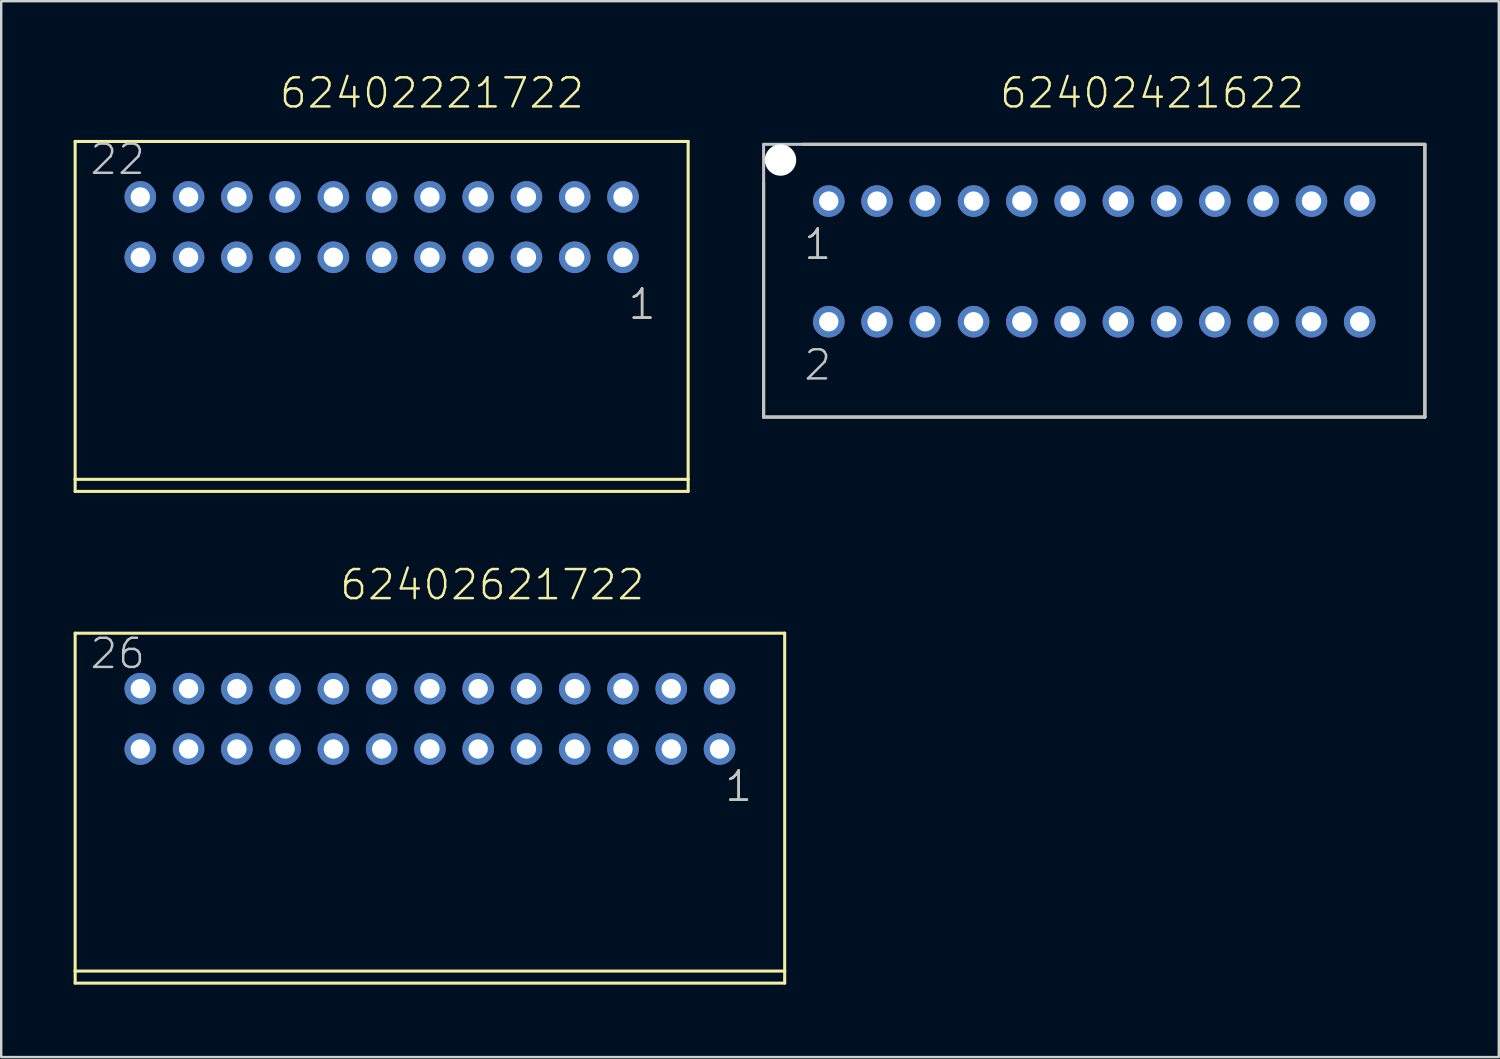
<source format=kicad_pcb>
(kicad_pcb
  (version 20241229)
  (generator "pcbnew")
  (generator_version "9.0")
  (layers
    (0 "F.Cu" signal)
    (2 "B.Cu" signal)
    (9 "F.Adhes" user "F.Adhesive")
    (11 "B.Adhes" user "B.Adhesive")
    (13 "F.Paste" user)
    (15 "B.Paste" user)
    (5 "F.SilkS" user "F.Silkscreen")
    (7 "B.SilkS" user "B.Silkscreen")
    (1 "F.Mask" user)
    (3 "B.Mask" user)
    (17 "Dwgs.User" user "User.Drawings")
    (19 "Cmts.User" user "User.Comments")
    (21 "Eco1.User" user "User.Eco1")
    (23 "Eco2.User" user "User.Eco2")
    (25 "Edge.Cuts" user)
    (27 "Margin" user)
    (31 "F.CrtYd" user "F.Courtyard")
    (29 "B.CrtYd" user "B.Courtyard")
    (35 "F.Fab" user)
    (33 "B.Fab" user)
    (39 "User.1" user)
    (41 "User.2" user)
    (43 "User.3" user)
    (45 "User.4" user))
  (footprint "62402421622"
    (layer "F.Cu")
    (at 41.291 7.781)
    (property "Reference" "62402421622" (at -2.986 -6.27 0) (layer "F.SilkS") (effects (font (size 1.206 1.206) (thickness 0.102)) (justify left bottom)))
    (attr through_hole)
    (fp_line (start -12.7 6.45) (end -12.7 -3.26) (stroke (width 0.127) (type solid)) (layer "F.SilkS"))
    (fp_line (start -11.09 -4.85) (end 14.7 -4.85) (stroke (width 0.127) (type solid)) (layer "F.SilkS"))
    (fp_line (start 14.7 -4.85) (end 14.7 6.45) (stroke (width 0.127) (type solid)) (layer "F.SilkS"))
    (fp_line (start 14.7 6.45) (end -12.7 6.45) (stroke (width 0.127) (type solid)) (layer "F.SilkS"))
    (fp_line (start -12.7 -4.85) (end 14.7 -4.85) (stroke (width 0.127) (type solid)) (layer "Dwgs.User"))
    (fp_line (start -12.7 6.45) (end -12.7 -4.85) (stroke (width 0.127) (type solid)) (layer "Dwgs.User"))
    (fp_line (start 14.7 -4.85) (end 14.7 6.45) (stroke (width 0.127) (type solid)) (layer "Dwgs.User"))
    (fp_line (start 14.7 6.45) (end -12.7 6.45) (stroke (width 0.127) (type solid)) (layer "Dwgs.User"))
    (fp_text user "1" (at -11.1 0 0) (layer "F.SilkS") (effects (font (size 1.206 1.206) (thickness 0.102)) (justify left bottom)))
    (fp_text user "2" (at -11.1 5 0) (layer "Dwgs.User") (effects (font (size 1.206 1.206) (thickness 0.102)) (justify left bottom)))
    (fp_text user "1" (at -11.1 0 0) (layer "Dwgs.User") (effects (font (size 1.206 1.206) (thickness 0.102)) (justify left bottom)))
    (pad "" np_thru_hole circle (at -12 -4.2) (size 1.3 1.3) (drill 1.3) (layers "*.Cu"))
    (pad "1" thru_hole circle (at -10 -2.5) (size 1.308 1.308) (drill 0.8) (layers "*.Cu" "*.Mask"))
    (pad "2" thru_hole circle (at -10 2.5) (size 1.308 1.308) (drill 0.8) (layers "*.Cu" "*.Mask"))
    (pad "3" thru_hole circle (at -8 -2.5) (size 1.308 1.308) (drill 0.8) (layers "*.Cu" "*.Mask"))
    (pad "4" thru_hole circle (at -8 2.5) (size 1.308 1.308) (drill 0.8) (layers "*.Cu" "*.Mask"))
    (pad "5" thru_hole circle (at -6 -2.5) (size 1.308 1.308) (drill 0.8) (layers "*.Cu" "*.Mask"))
    (pad "6" thru_hole circle (at -6 2.5) (size 1.308 1.308) (drill 0.8) (layers "*.Cu" "*.Mask"))
    (pad "7" thru_hole circle (at -4 -2.5) (size 1.308 1.308) (drill 0.8) (layers "*.Cu" "*.Mask"))
    (pad "8" thru_hole circle (at -4 2.5) (size 1.308 1.308) (drill 0.8) (layers "*.Cu" "*.Mask"))
    (pad "9" thru_hole circle (at -2 -2.5) (size 1.308 1.308) (drill 0.8) (layers "*.Cu" "*.Mask"))
    (pad "10" thru_hole circle (at -2 2.5) (size 1.308 1.308) (drill 0.8) (layers "*.Cu" "*.Mask"))
    (pad "11" thru_hole circle (at 0 -2.5) (size 1.308 1.308) (drill 0.8) (layers "*.Cu" "*.Mask"))
    (pad "12" thru_hole circle (at 0 2.5) (size 1.308 1.308) (drill 0.8) (layers "*.Cu" "*.Mask"))
    (pad "13" thru_hole circle (at 2 -2.5) (size 1.308 1.308) (drill 0.8) (layers "*.Cu" "*.Mask"))
    (pad "14" thru_hole circle (at 2 2.5) (size 1.308 1.308) (drill 0.8) (layers "*.Cu" "*.Mask"))
    (pad "15" thru_hole circle (at 4 -2.5) (size 1.308 1.308) (drill 0.8) (layers "*.Cu" "*.Mask"))
    (pad "16" thru_hole circle (at 4 2.5) (size 1.308 1.308) (drill 0.8) (layers "*.Cu" "*.Mask"))
    (pad "17" thru_hole circle (at 6 -2.5) (size 1.308 1.308) (drill 0.8) (layers "*.Cu" "*.Mask"))
    (pad "18" thru_hole circle (at 6 2.5) (size 1.308 1.308) (drill 0.8) (layers "*.Cu" "*.Mask"))
    (pad "19" thru_hole circle (at 8 -2.5) (size 1.308 1.308) (drill 0.8) (layers "*.Cu" "*.Mask"))
    (pad "20" thru_hole circle (at 8 2.5) (size 1.308 1.308) (drill 0.8) (layers "*.Cu" "*.Mask"))
    (pad "21" thru_hole circle (at 10 -2.5) (size 1.308 1.308) (drill 0.8) (layers "*.Cu" "*.Mask"))
    (pad "22" thru_hole circle (at 10 2.5) (size 1.308 1.308) (drill 0.8) (layers "*.Cu" "*.Mask"))
    (pad "23" thru_hole circle (at 12 -2.5) (size 1.308 1.308) (drill 0.8) (layers "*.Cu" "*.Mask"))
    (pad "24" thru_hole circle (at 12 2.5) (size 1.308 1.308) (drill 0.8) (layers "*.Cu" "*.Mask")))
  (footprint "62402621722"
    (layer "F.Cu")
    (at 14.764 26.736)
    (property "Reference" "62402621722" (at -3.8 -4.85 0) (layer "F.SilkS") (effects (font (size 1.206 1.206) (thickness 0.102)) (justify left bottom)))
    (attr through_hole)
    (fp_line (start -14.7 -3.55) (end -14.7 10.45) (stroke (width 0.127) (type solid)) (layer "F.SilkS"))
    (fp_line (start -14.7 10.45) (end -14.7 10.95) (stroke (width 0.127) (type solid)) (layer "F.SilkS"))
    (fp_line (start -14.7 10.45) (end 14.7 10.45) (stroke (width 0.127) (type solid)) (layer "F.SilkS"))
    (fp_line (start -14.7 10.95) (end 14.7 10.95) (stroke (width 0.127) (type solid)) (layer "F.SilkS"))
    (fp_line (start 14.7 -3.55) (end -14.7 -3.55) (stroke (width 0.127) (type solid)) (layer "F.SilkS"))
    (fp_line (start 14.7 10.45) (end 14.7 -3.55) (stroke (width 0.127) (type solid)) (layer "F.SilkS"))
    (fp_line (start 14.7 10.95) (end 14.7 10.45) (stroke (width 0.127) (type solid)) (layer "F.SilkS"))
    (fp_text user "1" (at 12.15 3.5 0) (layer "F.SilkS") (effects (font (size 1.206 1.206) (thickness 0.102)) (justify left bottom)))
    (fp_text user "26" (at -14.155 -2 0) (layer "Dwgs.User") (effects (font (size 1.206 1.206) (thickness 0.102)) (justify left bottom)))
    (fp_text user "1" (at 12.15 3.5 0) (layer "Dwgs.User") (effects (font (size 1.206 1.206) (thickness 0.102)) (justify left bottom)))
    (pad "1" thru_hole circle (at 12 1.25 180) (size 1.308 1.308) (drill 0.8) (layers "*.Cu" "*.Mask"))
    (pad "2" thru_hole circle (at 12 -1.25 180) (size 1.308 1.308) (drill 0.8) (layers "*.Cu" "*.Mask"))
    (pad "3" thru_hole circle (at 10 1.25 180) (size 1.308 1.308) (drill 0.8) (layers "*.Cu" "*.Mask"))
    (pad "4" thru_hole circle (at 10 -1.25 180) (size 1.308 1.308) (drill 0.8) (layers "*.Cu" "*.Mask"))
    (pad "5" thru_hole circle (at 8 1.25 180) (size 1.308 1.308) (drill 0.8) (layers "*.Cu" "*.Mask"))
    (pad "6" thru_hole circle (at 8 -1.25 180) (size 1.308 1.308) (drill 0.8) (layers "*.Cu" "*.Mask"))
    (pad "7" thru_hole circle (at 6 1.25 180) (size 1.308 1.308) (drill 0.8) (layers "*.Cu" "*.Mask"))
    (pad "8" thru_hole circle (at 6 -1.25 180) (size 1.308 1.308) (drill 0.8) (layers "*.Cu" "*.Mask"))
    (pad "9" thru_hole circle (at 4 1.25 180) (size 1.308 1.308) (drill 0.8) (layers "*.Cu" "*.Mask"))
    (pad "10" thru_hole circle (at 4 -1.25 180) (size 1.308 1.308) (drill 0.8) (layers "*.Cu" "*.Mask"))
    (pad "11" thru_hole circle (at 2 1.25 180) (size 1.308 1.308) (drill 0.8) (layers "*.Cu" "*.Mask"))
    (pad "12" thru_hole circle (at 2 -1.25 180) (size 1.308 1.308) (drill 0.8) (layers "*.Cu" "*.Mask"))
    (pad "13" thru_hole circle (at 0 1.25 180) (size 1.308 1.308) (drill 0.8) (layers "*.Cu" "*.Mask"))
    (pad "14" thru_hole circle (at 0 -1.25 180) (size 1.308 1.308) (drill 0.8) (layers "*.Cu" "*.Mask"))
    (pad "15" thru_hole circle (at -2 1.25 180) (size 1.308 1.308) (drill 0.8) (layers "*.Cu" "*.Mask"))
    (pad "16" thru_hole circle (at -2 -1.25 180) (size 1.308 1.308) (drill 0.8) (layers "*.Cu" "*.Mask"))
    (pad "17" thru_hole circle (at -4 1.25 180) (size 1.308 1.308) (drill 0.8) (layers "*.Cu" "*.Mask"))
    (pad "18" thru_hole circle (at -4 -1.25 180) (size 1.308 1.308) (drill 0.8) (layers "*.Cu" "*.Mask"))
    (pad "19" thru_hole circle (at -6 1.25 180) (size 1.308 1.308) (drill 0.8) (layers "*.Cu" "*.Mask"))
    (pad "20" thru_hole circle (at -6 -1.25 180) (size 1.308 1.308) (drill 0.8) (layers "*.Cu" "*.Mask"))
    (pad "21" thru_hole circle (at -8 1.25 180) (size 1.308 1.308) (drill 0.8) (layers "*.Cu" "*.Mask"))
    (pad "22" thru_hole circle (at -8 -1.25 180) (size 1.308 1.308) (drill 0.8) (layers "*.Cu" "*.Mask"))
    (pad "23" thru_hole circle (at -10 1.25 180) (size 1.308 1.308) (drill 0.8) (layers "*.Cu" "*.Mask"))
    (pad "24" thru_hole circle (at -10 -1.25 180) (size 1.308 1.308) (drill 0.8) (layers "*.Cu" "*.Mask"))
    (pad "25" thru_hole circle (at -12 1.25 180) (size 1.308 1.308) (drill 0.8) (layers "*.Cu" "*.Mask"))
    (pad "26" thru_hole circle (at -12 -1.25 180) (size 1.308 1.308) (drill 0.8) (layers "*.Cu" "*.Mask")))
  (footprint "62402221722"
    (layer "F.Cu")
    (at 12.764 6.361)
    (property "Reference" "62402221722" (at -4.3 -4.85 0) (layer "F.SilkS") (effects (font (size 1.206 1.206) (thickness 0.102)) (justify left bottom)))
    (attr through_hole)
    (fp_line (start -12.7 -3.55) (end -12.7 10.45) (stroke (width 0.127) (type solid)) (layer "F.SilkS"))
    (fp_line (start -12.7 10.45) (end -12.7 10.95) (stroke (width 0.127) (type solid)) (layer "F.SilkS"))
    (fp_line (start -12.7 10.45) (end 12.7 10.45) (stroke (width 0.127) (type solid)) (layer "F.SilkS"))
    (fp_line (start -12.7 10.95) (end 12.7 10.95) (stroke (width 0.127) (type solid)) (layer "F.SilkS"))
    (fp_line (start 12.7 -3.55) (end -12.7 -3.55) (stroke (width 0.127) (type solid)) (layer "F.SilkS"))
    (fp_line (start 12.7 10.45) (end 12.7 -3.55) (stroke (width 0.127) (type solid)) (layer "F.SilkS"))
    (fp_line (start 12.7 10.95) (end 12.7 10.45) (stroke (width 0.127) (type solid)) (layer "F.SilkS"))
    (fp_text user "1" (at 10.15 3.9 0) (layer "F.SilkS") (effects (font (size 1.206 1.206) (thickness 0.102)) (justify left bottom)))
    (fp_text user "1" (at 10.15 3.9 0) (layer "Dwgs.User") (effects (font (size 1.206 1.206) (thickness 0.102)) (justify left bottom)))
    (fp_text user "22" (at -12.155 -2.1 0) (layer "Dwgs.User") (effects (font (size 1.206 1.206) (thickness 0.102)) (justify left bottom)))
    (pad "1" thru_hole circle (at 10 1.25 180) (size 1.308 1.308) (drill 0.8) (layers "*.Cu" "*.Mask"))
    (pad "2" thru_hole circle (at 10 -1.25 180) (size 1.308 1.308) (drill 0.8) (layers "*.Cu" "*.Mask"))
    (pad "3" thru_hole circle (at 8 1.25 180) (size 1.308 1.308) (drill 0.8) (layers "*.Cu" "*.Mask"))
    (pad "4" thru_hole circle (at 8 -1.25 180) (size 1.308 1.308) (drill 0.8) (layers "*.Cu" "*.Mask"))
    (pad "5" thru_hole circle (at 6 1.25 180) (size 1.308 1.308) (drill 0.8) (layers "*.Cu" "*.Mask"))
    (pad "6" thru_hole circle (at 6 -1.25 180) (size 1.308 1.308) (drill 0.8) (layers "*.Cu" "*.Mask"))
    (pad "7" thru_hole circle (at 4 1.25 180) (size 1.308 1.308) (drill 0.8) (layers "*.Cu" "*.Mask"))
    (pad "8" thru_hole circle (at 4 -1.25 180) (size 1.308 1.308) (drill 0.8) (layers "*.Cu" "*.Mask"))
    (pad "9" thru_hole circle (at 2 1.25 180) (size 1.308 1.308) (drill 0.8) (layers "*.Cu" "*.Mask"))
    (pad "10" thru_hole circle (at 2 -1.25 180) (size 1.308 1.308) (drill 0.8) (layers "*.Cu" "*.Mask"))
    (pad "11" thru_hole circle (at 0 1.25 180) (size 1.308 1.308) (drill 0.8) (layers "*.Cu" "*.Mask"))
    (pad "12" thru_hole circle (at 0 -1.25 180) (size 1.308 1.308) (drill 0.8) (layers "*.Cu" "*.Mask"))
    (pad "13" thru_hole circle (at -2 1.25 180) (size 1.308 1.308) (drill 0.8) (layers "*.Cu" "*.Mask"))
    (pad "14" thru_hole circle (at -2 -1.25 180) (size 1.308 1.308) (drill 0.8) (layers "*.Cu" "*.Mask"))
    (pad "15" thru_hole circle (at -4 1.25 180) (size 1.308 1.308) (drill 0.8) (layers "*.Cu" "*.Mask"))
    (pad "16" thru_hole circle (at -4 -1.25 180) (size 1.308 1.308) (drill 0.8) (layers "*.Cu" "*.Mask"))
    (pad "17" thru_hole circle (at -6 1.25 180) (size 1.308 1.308) (drill 0.8) (layers "*.Cu" "*.Mask"))
    (pad "18" thru_hole circle (at -6 -1.25 180) (size 1.308 1.308) (drill 0.8) (layers "*.Cu" "*.Mask"))
    (pad "19" thru_hole circle (at -8 1.25 180) (size 1.308 1.308) (drill 0.8) (layers "*.Cu" "*.Mask"))
    (pad "20" thru_hole circle (at -8 -1.25 180) (size 1.308 1.308) (drill 0.8) (layers "*.Cu" "*.Mask"))
    (pad "21" thru_hole circle (at -10 1.25 180) (size 1.308 1.308) (drill 0.8) (layers "*.Cu" "*.Mask"))
    (pad "22" thru_hole circle (at -10 -1.25 180) (size 1.308 1.308) (drill 0.8) (layers "*.Cu" "*.Mask")))
  (gr_rect
    (start -3 -3)
    (end 59.054 40.75)
    (stroke (width 0.1) (type default))
    (fill no)
    (layer "Edge.Cuts")))
</source>
